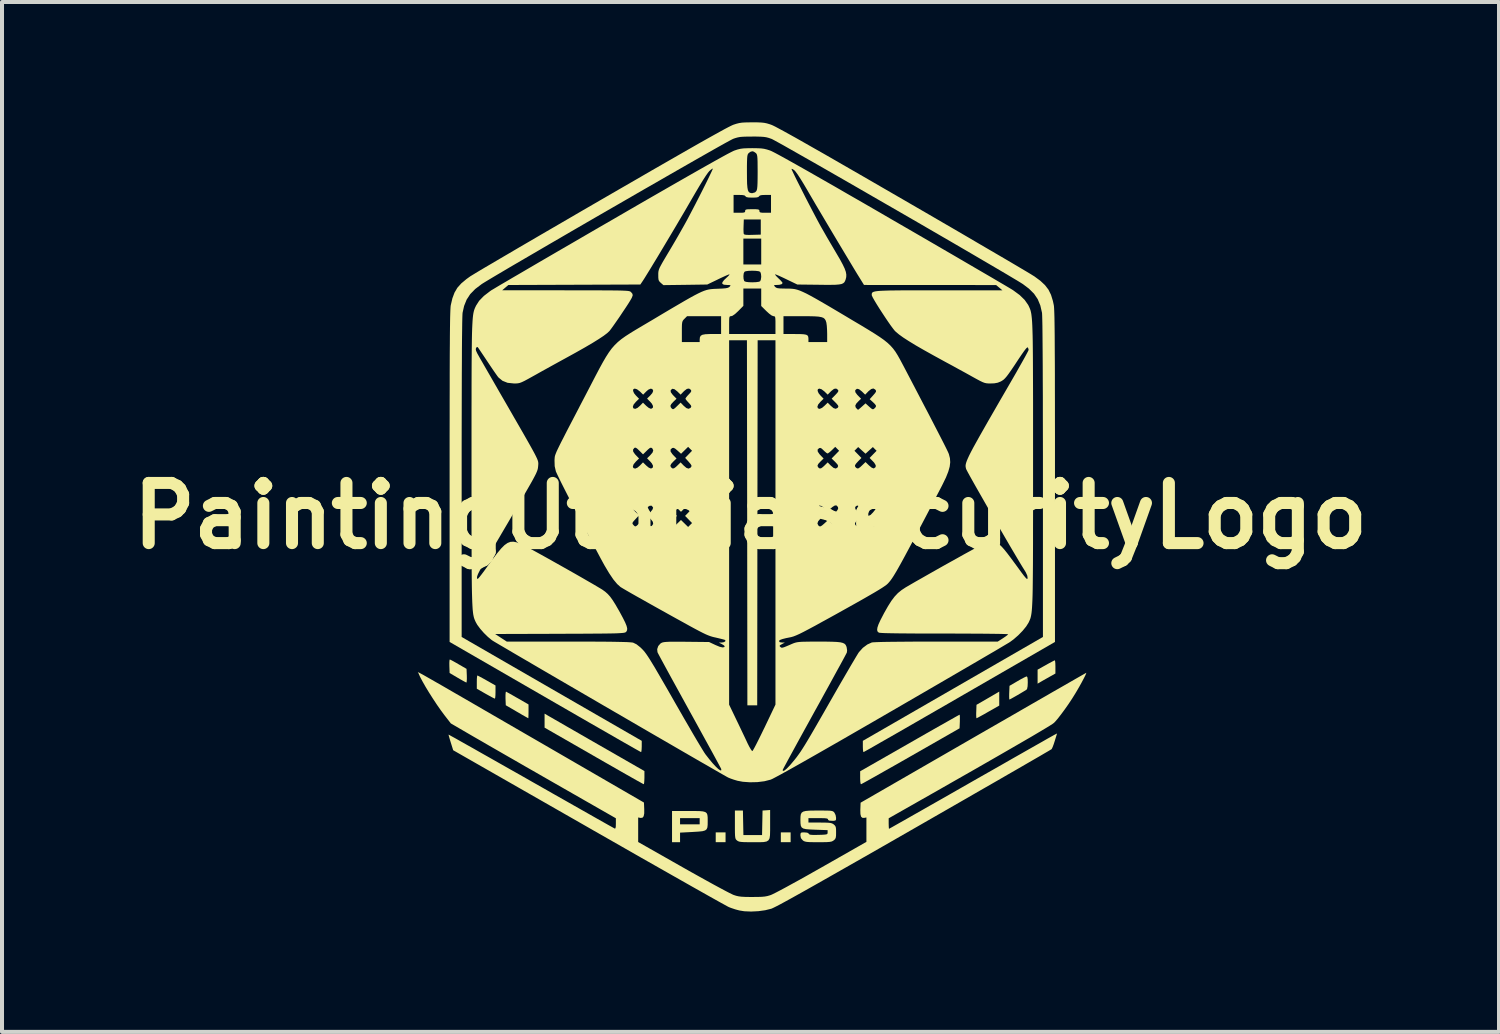
<source format=kicad_pcb>
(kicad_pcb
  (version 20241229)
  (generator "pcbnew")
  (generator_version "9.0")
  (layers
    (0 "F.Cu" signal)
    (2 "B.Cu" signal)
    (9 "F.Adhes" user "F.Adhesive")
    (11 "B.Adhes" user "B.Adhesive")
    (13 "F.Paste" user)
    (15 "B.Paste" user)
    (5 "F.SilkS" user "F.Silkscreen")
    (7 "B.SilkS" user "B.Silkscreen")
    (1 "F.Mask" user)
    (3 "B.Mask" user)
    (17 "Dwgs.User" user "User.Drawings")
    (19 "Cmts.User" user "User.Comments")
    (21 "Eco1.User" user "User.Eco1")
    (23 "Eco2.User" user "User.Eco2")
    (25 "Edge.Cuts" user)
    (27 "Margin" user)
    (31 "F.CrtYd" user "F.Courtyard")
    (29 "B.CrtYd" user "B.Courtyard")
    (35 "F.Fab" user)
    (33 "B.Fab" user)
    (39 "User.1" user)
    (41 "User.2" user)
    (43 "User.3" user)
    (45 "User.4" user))
  (footprint "PaintingUtopiaSecurityLogo"
    (layer "F.Cu")
    (at 15.657 9.809)
    (property "Reference" "PaintingUtopiaSecurityLogo" (at 0 0 0) (layer "F.SilkS") (effects (font (size 1.5 1.5) (thickness 0.3))))
    (attr board_only exclude_from_pos_files exclude_from_bom)
    (fp_poly (pts (xy -0.622 8.011) (xy -0.622 8.133) (xy -0.744 8.133) (xy -0.867 8.133) (xy -0.867 8.011) (xy -0.867 7.889) (xy -0.744 7.889) (xy -0.622 7.889)) (stroke (width 0) (type solid)) (fill yes) (layer "F.SilkS"))
    (fp_poly (pts (xy 1 8.011) (xy 1 8.133) (xy 0.878 8.133) (xy 0.756 8.133) (xy 0.756 8.011) (xy 0.756 7.889) (xy 0.878 7.889) (xy 1 7.889)) (stroke (width 0) (type solid)) (fill yes) (layer "F.SilkS"))
    (fp_poly (pts (xy 6.2 4.554) (xy 6.2 4.728) (xy 5.922 4.886) (xy 5.823 4.943) (xy 5.737 4.99) (xy 5.673 5.025) (xy 5.637 5.043) (xy 5.633 5.044) (xy 5.628 5.024) (xy 5.625 4.97) (xy 5.626 4.893) (xy 5.627 4.877) (xy 5.633 4.709) (xy 5.917 4.545) (xy 6.2 4.38)) (stroke (width 0) (type solid)) (fill yes) (layer "F.SilkS"))
    (fp_poly (pts (xy 7.592 3.62) (xy 7.598 3.674) (xy 7.6 3.751) (xy 7.6 3.765) (xy 7.6 3.929) (xy 7.472 4.001) (xy 7.387 4.049) (xy 7.3 4.098) (xy 7.25 4.127) (xy 7.156 4.182) (xy 7.156 4.008) (xy 7.156 3.833) (xy 7.363 3.717) (xy 7.449 3.669) (xy 7.521 3.631) (xy 7.569 3.606) (xy 7.585 3.6)) (stroke (width 0) (type solid)) (fill yes) (layer "F.SilkS"))
    (fp_poly (pts (xy -7.47 3.59) (xy -7.415 3.619) (xy -7.34 3.661) (xy -7.278 3.697) (xy -7.078 3.813) (xy -7.071 3.984) (xy -7.07 4.065) (xy -7.074 4.125) (xy -7.08 4.153) (xy -7.082 4.154) (xy -7.108 4.142) (xy -7.162 4.113) (xy -7.238 4.07) (xy -7.3 4.034) (xy -7.5 3.916) (xy -7.506 3.747) (xy -7.507 3.667) (xy -7.504 3.608) (xy -7.497 3.58) (xy -7.495 3.579)) (stroke (width 0) (type solid)) (fill yes) (layer "F.SilkS"))
    (fp_poly (pts (xy -6.785 3.988) (xy -6.732 4.016) (xy -6.656 4.057) (xy -6.576 4.102) (xy -6.356 4.227) (xy -6.356 4.391) (xy -6.358 4.47) (xy -6.363 4.528) (xy -6.371 4.555) (xy -6.372 4.555) (xy -6.397 4.545) (xy -6.452 4.517) (xy -6.528 4.475) (xy -6.606 4.432) (xy -6.822 4.308) (xy -6.822 4.143) (xy -6.821 4.064) (xy -6.816 4.005) (xy -6.81 3.978) (xy -6.809 3.978)) (stroke (width 0) (type solid)) (fill yes) (layer "F.SilkS"))
    (fp_poly (pts (xy -6.068 4.395) (xy -6.011 4.426) (xy -5.931 4.471) (xy -5.836 4.526) (xy -5.803 4.544) (xy -5.533 4.7) (xy -5.533 4.872) (xy -5.534 4.953) (xy -5.536 5.014) (xy -5.538 5.043) (xy -5.539 5.044) (xy -5.559 5.033) (xy -5.611 5.004) (xy -5.687 4.961) (xy -5.78 4.906) (xy -5.822 4.882) (xy -6.1 4.72) (xy -6.107 4.547) (xy -6.107 4.466) (xy -6.103 4.408) (xy -6.096 4.382) (xy -6.093 4.381)) (stroke (width 0) (type solid)) (fill yes) (layer "F.SilkS"))
    (fp_poly (pts (xy 6.9 4.017) (xy 6.909 4.068) (xy 6.911 4.153) (xy 6.907 4.247) (xy 6.895 4.309) (xy 6.883 4.329) (xy 6.854 4.349) (xy 6.797 4.383) (xy 6.725 4.426) (xy 6.645 4.473) (xy 6.569 4.516) (xy 6.505 4.552) (xy 6.463 4.574) (xy 6.453 4.578) (xy 6.449 4.557) (xy 6.447 4.503) (xy 6.448 4.426) (xy 6.449 4.407) (xy 6.456 4.236) (xy 6.656 4.119) (xy 6.741 4.07) (xy 6.815 4.031) (xy 6.866 4.007) (xy 6.883 4.001)) (stroke (width 0) (type solid)) (fill yes) (layer "F.SilkS"))
    (fp_poly (pts (xy -5.061 4.971) (xy -5.029 4.99) (xy -4.962 5.028) (xy -4.864 5.085) (xy -4.738 5.157) (xy -4.588 5.244) (xy -4.417 5.342) (xy -4.229 5.45) (xy -4.028 5.566) (xy -3.817 5.687) (xy -2.644 6.36) (xy -2.644 6.524) (xy -2.647 6.603) (xy -2.652 6.662) (xy -2.66 6.688) (xy -2.661 6.688) (xy -2.683 6.678) (xy -2.74 6.646) (xy -2.829 6.597) (xy -2.946 6.531) (xy -3.089 6.45) (xy -3.254 6.356) (xy -3.437 6.251) (xy -3.637 6.137) (xy -3.848 6.016) (xy -3.905 5.983) (xy -5.133 5.278) (xy -5.133 5.103) (xy -5.133 4.929)) (stroke (width 0) (type solid)) (fill yes) (layer "F.SilkS"))
    (fp_poly (pts (xy 5.217 4.976) (xy 5.219 5.03) (xy 5.218 5.107) (xy 5.218 5.125) (xy 5.211 5.295) (xy 3.992 5.992) (xy 3.778 6.114) (xy 3.576 6.229) (xy 3.388 6.335) (xy 3.219 6.431) (xy 3.07 6.515) (xy 2.946 6.584) (xy 2.85 6.638) (xy 2.785 6.673) (xy 2.755 6.688) (xy 2.753 6.689) (xy 2.743 6.669) (xy 2.736 6.615) (xy 2.733 6.539) (xy 2.733 6.527) (xy 2.733 6.366) (xy 3.966 5.661) (xy 4.181 5.538) (xy 4.384 5.422) (xy 4.572 5.315) (xy 4.743 5.218) (xy 4.892 5.134) (xy 5.016 5.064) (xy 5.113 5.009) (xy 5.178 4.973) (xy 5.209 4.956) (xy 5.212 4.956)) (stroke (width 0) (type solid)) (fill yes) (layer "F.SilkS"))
    (fp_poly (pts (xy 0.489 7.697) (xy 0.489 7.847) (xy 0.486 7.958) (xy 0.475 8.036) (xy 0.448 8.086) (xy 0.401 8.116) (xy 0.328 8.13) (xy 0.223 8.134) (xy 0.081 8.133) (xy 0.053 8.133) (xy -0.079 8.133) (xy -0.174 8.131) (xy -0.24 8.126) (xy -0.285 8.118) (xy -0.315 8.105) (xy -0.336 8.091) (xy -0.356 8.073) (xy -0.37 8.053) (xy -0.379 8.022) (xy -0.385 7.973) (xy -0.388 7.9) (xy -0.389 7.794) (xy -0.389 7.696) (xy -0.389 7.344) (xy -0.289 7.344) (xy -0.189 7.344) (xy -0.183 7.65) (xy -0.177 7.956) (xy 0.056 7.956) (xy 0.288 7.956) (xy 0.294 7.65) (xy 0.3 7.344) (xy 0.394 7.338) (xy 0.489 7.331)) (stroke (width 0) (type solid)) (fill yes) (layer "F.SilkS"))
    (fp_poly (pts (xy -1.39 7.356) (xy -1.271 7.358) (xy -1.186 7.366) (xy -1.128 7.382) (xy -1.093 7.409) (xy -1.075 7.451) (xy -1.068 7.51) (xy -1.067 7.589) (xy -1.067 7.615) (xy -1.068 7.703) (xy -1.075 7.767) (xy -1.095 7.812) (xy -1.133 7.841) (xy -1.196 7.859) (xy -1.29 7.869) (xy -1.421 7.877) (xy -1.45 7.879) (xy -1.756 7.895) (xy -1.756 8.014) (xy -1.756 8.133) (xy -1.856 8.133) (xy -1.956 8.133) (xy -1.956 7.744) (xy -1.956 7.611) (xy -1.756 7.611) (xy -1.756 7.689) (xy -1.511 7.689) (xy -1.267 7.689) (xy -1.267 7.611) (xy -1.267 7.533) (xy -1.511 7.533) (xy -1.756 7.533) (xy -1.756 7.611) (xy -1.956 7.611) (xy -1.956 7.356) (xy -1.548 7.356)) (stroke (width 0) (type solid)) (fill yes) (layer "F.SilkS"))
    (fp_poly (pts (xy 1.826 7.345) (xy 1.922 7.346) (xy 1.988 7.349) (xy 2.031 7.356) (xy 2.059 7.366) (xy 2.078 7.382) (xy 2.091 7.397) (xy 2.121 7.457) (xy 2.133 7.525) (xy 2.131 7.571) (xy 2.116 7.593) (xy 2.077 7.6) (xy 2.033 7.6) (xy 1.967 7.596) (xy 1.937 7.581) (xy 1.933 7.567) (xy 1.926 7.552) (xy 1.901 7.542) (xy 1.849 7.536) (xy 1.765 7.534) (xy 1.689 7.533) (xy 1.444 7.533) (xy 1.444 7.589) (xy 1.444 7.644) (xy 1.73 7.644) (xy 1.851 7.645) (xy 1.935 7.648) (xy 1.993 7.654) (xy 2.032 7.665) (xy 2.062 7.681) (xy 2.075 7.691) (xy 2.106 7.72) (xy 2.124 7.753) (xy 2.132 7.805) (xy 2.133 7.887) (xy 2.133 7.889) (xy 2.132 7.972) (xy 2.124 8.024) (xy 2.107 8.058) (xy 2.076 8.087) (xy 2.075 8.087) (xy 2.048 8.105) (xy 2.017 8.118) (xy 1.972 8.126) (xy 1.907 8.131) (xy 1.813 8.133) (xy 1.689 8.133) (xy 1.56 8.133) (xy 1.467 8.131) (xy 1.403 8.126) (xy 1.359 8.117) (xy 1.328 8.105) (xy 1.303 8.087) (xy 1.257 8.033) (xy 1.244 7.965) (xy 1.247 7.918) (xy 1.262 7.896) (xy 1.302 7.889) (xy 1.342 7.889) (xy 1.415 7.896) (xy 1.45 7.918) (xy 1.453 7.923) (xy 1.466 7.939) (xy 1.497 7.948) (xy 1.552 7.952) (xy 1.641 7.952) (xy 1.694 7.951) (xy 1.796 7.948) (xy 1.862 7.943) (xy 1.9 7.936) (xy 1.917 7.923) (xy 1.922 7.903) (xy 1.922 7.889) (xy 1.922 7.833) (xy 1.615 7.822) (xy 1.479 7.816) (xy 1.381 7.808) (xy 1.315 7.792) (xy 1.275 7.765) (xy 1.254 7.723) (xy 1.246 7.661) (xy 1.244 7.577) (xy 1.246 7.498) (xy 1.254 7.44) (xy 1.275 7.398) (xy 1.314 7.371) (xy 1.377 7.355) (xy 1.469 7.347) (xy 1.597 7.345) (xy 1.693 7.344)) (stroke (width 0) (type solid)) (fill yes) (layer "F.SilkS"))
    (fp_poly (pts (xy -8.284 3.899) (xy -8.27 3.904) (xy -8.247 3.915) (xy -8.214 3.933) (xy -8.167 3.958) (xy -8.107 3.992) (xy -8.03 4.036) (xy -7.935 4.09) (xy -7.82 4.156) (xy -7.683 4.234) (xy -7.523 4.327) (xy -7.338 4.434) (xy -7.126 4.556) (xy -6.886 4.695) (xy -6.614 4.853) (xy -6.311 5.028) (xy -5.973 5.224) (xy -5.6 5.44) (xy -5.411 5.549) (xy -2.656 7.145) (xy -2.649 7.308) (xy -2.649 7.416) (xy -2.663 7.486) (xy -2.691 7.522) (xy -2.736 7.529) (xy -2.749 7.527) (xy -2.8 7.517) (xy -2.8 7.823) (xy -2.8 8.129) (xy -1.683 8.763) (xy -1.474 8.881) (xy -1.273 8.993) (xy -1.084 9.098) (xy -0.91 9.194) (xy -0.756 9.277) (xy -0.625 9.347) (xy -0.523 9.4) (xy -0.451 9.435) (xy -0.422 9.448) (xy -0.358 9.469) (xy -0.296 9.483) (xy -0.226 9.492) (xy -0.137 9.497) (xy -0.019 9.499) (xy 0.044 9.499) (xy 0.178 9.498) (xy 0.279 9.495) (xy 0.355 9.488) (xy 0.42 9.476) (xy 0.482 9.458) (xy 0.511 9.448) (xy 0.557 9.427) (xy 0.637 9.387) (xy 0.748 9.329) (xy 0.886 9.255) (xy 1.046 9.167) (xy 1.225 9.069) (xy 1.418 8.961) (xy 1.621 8.846) (xy 1.772 8.761) (xy 2.889 8.125) (xy 2.889 7.821) (xy 2.889 7.517) (xy 2.838 7.527) (xy 2.788 7.526) (xy 2.756 7.496) (xy 2.74 7.433) (xy 2.737 7.333) (xy 2.738 7.31) (xy 2.744 7.149) (xy 5.552 5.53) (xy 5.878 5.342) (xy 6.193 5.161) (xy 6.496 4.987) (xy 6.783 4.821) (xy 7.054 4.665) (xy 7.305 4.521) (xy 7.535 4.388) (xy 7.742 4.27) (xy 7.923 4.166) (xy 8.076 4.078) (xy 8.2 4.007) (xy 8.291 3.955) (xy 8.348 3.923) (xy 8.369 3.911) (xy 8.369 3.911) (xy 8.366 3.929) (xy 8.344 3.979) (xy 8.306 4.054) (xy 8.256 4.148) (xy 8.198 4.253) (xy 8.133 4.365) (xy 8.093 4.432) (xy 8.015 4.557) (xy 7.927 4.69) (xy 7.834 4.822) (xy 7.743 4.945) (xy 7.661 5.051) (xy 7.592 5.131) (xy 7.563 5.16) (xy 7.529 5.185) (xy 7.456 5.232) (xy 7.344 5.3) (xy 7.195 5.389) (xy 7.009 5.499) (xy 6.785 5.629) (xy 6.524 5.78) (xy 6.226 5.952) (xy 5.892 6.144) (xy 5.522 6.356) (xy 5.116 6.587) (xy 4.675 6.839) (xy 4.472 6.954) (xy 3.444 7.538) (xy 3.444 7.669) (xy 3.446 7.739) (xy 3.449 7.786) (xy 3.452 7.8) (xy 3.472 7.789) (xy 3.528 7.758) (xy 3.618 7.707) (xy 3.738 7.639) (xy 3.887 7.555) (xy 4.062 7.455) (xy 4.26 7.343) (xy 4.479 7.218) (xy 4.717 7.083) (xy 4.97 6.939) (xy 5.236 6.787) (xy 5.481 6.647) (xy 5.758 6.489) (xy 6.026 6.337) (xy 6.281 6.192) (xy 6.52 6.055) (xy 6.742 5.929) (xy 6.944 5.814) (xy 7.122 5.713) (xy 7.274 5.627) (xy 7.398 5.556) (xy 7.491 5.504) (xy 7.55 5.471) (xy 7.571 5.459) (xy 7.641 5.423) (xy 7.585 5.606) (xy 7.557 5.693) (xy 7.53 5.764) (xy 7.509 5.808) (xy 7.504 5.815) (xy 7.482 5.828) (xy 7.424 5.863) (xy 7.331 5.917) (xy 7.205 5.991) (xy 7.049 6.081) (xy 6.864 6.188) (xy 6.652 6.311) (xy 6.415 6.447) (xy 6.156 6.597) (xy 5.875 6.758) (xy 5.576 6.93) (xy 5.26 7.112) (xy 4.929 7.302) (xy 4.584 7.5) (xy 4.229 7.704) (xy 4.084 7.787) (xy 3.622 8.052) (xy 3.198 8.295) (xy 2.809 8.517) (xy 2.456 8.718) (xy 2.136 8.9) (xy 1.849 9.063) (xy 1.593 9.208) (xy 1.368 9.335) (xy 1.171 9.445) (xy 1.002 9.539) (xy 0.86 9.617) (xy 0.744 9.68) (xy 0.652 9.728) (xy 0.582 9.763) (xy 0.535 9.785) (xy 0.517 9.792) (xy 0.368 9.829) (xy 0.196 9.853) (xy 0.016 9.862) (xy -0.154 9.855) (xy -0.278 9.835) (xy -0.379 9.808) (xy -0.486 9.772) (xy -0.537 9.752) (xy -0.569 9.736) (xy -0.638 9.698) (xy -0.742 9.641) (xy -0.878 9.565) (xy -1.044 9.472) (xy -1.239 9.362) (xy -1.459 9.238) (xy -1.704 9.099) (xy -1.972 8.947) (xy -2.259 8.784) (xy -2.564 8.611) (xy -2.886 8.428) (xy -3.221 8.236) (xy -3.568 8.038) (xy -3.926 7.834) (xy -4.037 7.77) (xy -7.411 5.841) (xy -7.471 5.649) (xy -7.497 5.564) (xy -7.516 5.497) (xy -7.526 5.458) (xy -7.526 5.452) (xy -7.506 5.462) (xy -7.451 5.493) (xy -7.361 5.542) (xy -7.241 5.61) (xy -7.092 5.694) (xy -6.917 5.792) (xy -6.719 5.905) (xy -6.499 6.029) (xy -6.261 6.164) (xy -6.007 6.308) (xy -5.739 6.459) (xy -5.466 6.615) (xy -5.187 6.773) (xy -4.919 6.926) (xy -4.664 7.07) (xy -4.425 7.206) (xy -4.204 7.331) (xy -4.003 7.445) (xy -3.827 7.545) (xy -3.676 7.63) (xy -3.554 7.699) (xy -3.462 7.75) (xy -3.405 7.782) (xy -3.383 7.794) (xy -3.367 7.787) (xy -3.358 7.747) (xy -3.356 7.671) (xy -3.356 7.537) (xy -4.852 6.681) (xy -5.107 6.535) (xy -5.363 6.388) (xy -5.617 6.243) (xy -5.863 6.101) (xy -6.097 5.967) (xy -6.314 5.842) (xy -6.511 5.729) (xy -6.681 5.63) (xy -6.822 5.549) (xy -6.909 5.499) (xy -7.469 5.173) (xy -7.627 4.97) (xy -7.718 4.847) (xy -7.816 4.707) (xy -7.915 4.557) (xy -8.012 4.405) (xy -8.101 4.258) (xy -8.177 4.124) (xy -8.237 4.011) (xy -8.273 3.928) (xy -8.277 3.921) (xy -8.282 3.913) (xy -8.287 3.906) (xy -8.291 3.901) (xy -8.29 3.898)) (stroke (width 0) (type solid)) (fill yes) (layer "F.SilkS"))
    (fp_poly (pts (xy 0.172 -9.809) (xy 0.268 -9.805) (xy 0.343 -9.797) (xy 0.41 -9.783) (xy 0.48 -9.762) (xy 0.517 -9.749) (xy 0.555 -9.733) (xy 0.618 -9.702) (xy 0.706 -9.655) (xy 0.821 -9.593) (xy 0.964 -9.514) (xy 1.135 -9.419) (xy 1.336 -9.305) (xy 1.568 -9.173) (xy 1.832 -9.023) (xy 2.128 -8.853) (xy 2.459 -8.662) (xy 2.824 -8.452) (xy 3.225 -8.22) (xy 3.664 -7.966) (xy 3.784 -7.897) (xy 4.13 -7.696) (xy 4.467 -7.501) (xy 4.793 -7.311) (xy 5.107 -7.129) (xy 5.405 -6.955) (xy 5.686 -6.79) (xy 5.948 -6.637) (xy 6.188 -6.497) (xy 6.405 -6.37) (xy 6.595 -6.258) (xy 6.757 -6.162) (xy 6.889 -6.084) (xy 6.987 -6.025) (xy 7.051 -5.985) (xy 7.073 -5.972) (xy 7.225 -5.86) (xy 7.34 -5.752) (xy 7.427 -5.639) (xy 7.49 -5.511) (xy 7.537 -5.359) (xy 7.56 -5.252) (xy 7.564 -5.224) (xy 7.567 -5.181) (xy 7.57 -5.121) (xy 7.573 -5.041) (xy 7.576 -4.941) (xy 7.578 -4.818) (xy 7.58 -4.672) (xy 7.582 -4.499) (xy 7.583 -4.299) (xy 7.584 -4.069) (xy 7.586 -3.809) (xy 7.587 -3.516) (xy 7.587 -3.189) (xy 7.588 -2.826) (xy 7.588 -2.425) (xy 7.589 -1.984) (xy 7.589 -1.503) (xy 7.589 -0.979) (xy 7.589 -0.979) (xy 7.589 3.142) (xy 5.211 4.515) (xy 4.912 4.688) (xy 4.623 4.854) (xy 4.347 5.013) (xy 4.087 5.163) (xy 3.844 5.303) (xy 3.621 5.431) (xy 3.42 5.546) (xy 3.244 5.646) (xy 3.095 5.732) (xy 2.976 5.8) (xy 2.888 5.849) (xy 2.834 5.879) (xy 2.817 5.888) (xy 2.808 5.868) (xy 2.802 5.816) (xy 2.8 5.748) (xy 2.8 5.607) (xy 5.044 4.313) (xy 7.289 3.018) (xy 7.289 -0.952) (xy 7.289 -1.512) (xy 7.288 -2.032) (xy 7.287 -2.513) (xy 7.287 -2.954) (xy 7.285 -3.354) (xy 7.284 -3.714) (xy 7.282 -4.032) (xy 7.28 -4.308) (xy 7.278 -4.542) (xy 7.276 -4.734) (xy 7.273 -4.883) (xy 7.27 -4.988) (xy 7.267 -5.049) (xy 7.266 -5.062) (xy 7.224 -5.245) (xy 7.159 -5.402) (xy 7.067 -5.538) (xy 6.94 -5.664) (xy 6.789 -5.778) (xy 6.738 -5.81) (xy 6.652 -5.863) (xy 6.534 -5.933) (xy 6.387 -6.021) (xy 6.212 -6.124) (xy 6.013 -6.241) (xy 5.792 -6.37) (xy 5.552 -6.511) (xy 5.295 -6.661) (xy 5.024 -6.819) (xy 4.741 -6.983) (xy 4.448 -7.153) (xy 4.15 -7.326) (xy 3.847 -7.501) (xy 3.542 -7.677) (xy 3.238 -7.852) (xy 2.938 -8.025) (xy 2.644 -8.195) (xy 2.359 -8.359) (xy 2.085 -8.516) (xy 1.825 -8.665) (xy 1.581 -8.805) (xy 1.355 -8.933) (xy 1.151 -9.049) (xy 0.971 -9.151) (xy 0.818 -9.238) (xy 0.693 -9.307) (xy 0.6 -9.358) (xy 0.542 -9.389) (xy 0.522 -9.398) (xy 0.456 -9.421) (xy 0.396 -9.437) (xy 0.331 -9.447) (xy 0.252 -9.452) (xy 0.147 -9.455) (xy 0.044 -9.455) (xy -0.087 -9.454) (xy -0.185 -9.451) (xy -0.259 -9.445) (xy -0.322 -9.433) (xy -0.382 -9.416) (xy -0.433 -9.398) (xy -0.467 -9.381) (xy -0.537 -9.344) (xy -0.641 -9.287) (xy -0.775 -9.212) (xy -0.937 -9.121) (xy -1.125 -9.014) (xy -1.336 -8.894) (xy -1.567 -8.762) (xy -1.817 -8.619) (xy -2.082 -8.467) (xy -2.359 -8.307) (xy -2.648 -8.142) (xy -2.944 -7.971) (xy -3.245 -7.797) (xy -3.549 -7.622) (xy -3.854 -7.446) (xy -4.156 -7.271) (xy -4.453 -7.099) (xy -4.743 -6.93) (xy -5.022 -6.768) (xy -5.289 -6.612) (xy -5.541 -6.465) (xy -5.776 -6.328) (xy -5.99 -6.203) (xy -6.181 -6.09) (xy -6.347 -5.992) (xy -6.486 -5.909) (xy -6.594 -5.844) (xy -6.669 -5.798) (xy -6.7 -5.778) (xy -6.862 -5.655) (xy -6.986 -5.528) (xy -7.076 -5.39) (xy -7.139 -5.233) (xy -7.177 -5.062) (xy -7.18 -5.019) (xy -7.183 -4.933) (xy -7.186 -4.803) (xy -7.188 -4.629) (xy -7.191 -4.413) (xy -7.193 -4.155) (xy -7.194 -3.854) (xy -7.196 -3.513) (xy -7.197 -3.13) (xy -7.198 -2.706) (xy -7.199 -2.242) (xy -7.2 -1.738) (xy -7.2 -1.195) (xy -7.2 -0.952) (xy -7.2 3.018) (xy -4.956 4.313) (xy -2.711 5.607) (xy -2.711 5.748) (xy -2.714 5.821) (xy -2.72 5.871) (xy -2.728 5.888) (xy -2.749 5.877) (xy -2.806 5.845) (xy -2.897 5.794) (xy -3.019 5.724) (xy -3.171 5.638) (xy -3.349 5.536) (xy -3.552 5.419) (xy -3.777 5.29) (xy -4.021 5.15) (xy -4.283 4.999) (xy -4.56 4.839) (xy -4.85 4.672) (xy -5.122 4.515) (xy -7.5 3.142) (xy -7.5 -0.979) (xy -7.5 -1.503) (xy -7.5 -1.984) (xy -7.499 -2.425) (xy -7.499 -2.825) (xy -7.498 -3.189) (xy -7.498 -3.516) (xy -7.497 -3.809) (xy -7.496 -4.069) (xy -7.494 -4.299) (xy -7.493 -4.499) (xy -7.491 -4.671) (xy -7.489 -4.818) (xy -7.487 -4.941) (xy -7.484 -5.041) (xy -7.481 -5.121) (xy -7.478 -5.181) (xy -7.475 -5.224) (xy -7.471 -5.252) (xy -7.471 -5.252) (xy -7.431 -5.423) (xy -7.378 -5.565) (xy -7.307 -5.686) (xy -7.209 -5.795) (xy -7.08 -5.903) (xy -6.984 -5.972) (xy -6.943 -5.997) (xy -6.866 -6.044) (xy -6.755 -6.111) (xy -6.612 -6.196) (xy -6.439 -6.297) (xy -6.239 -6.415) (xy -6.013 -6.547) (xy -5.765 -6.693) (xy -5.495 -6.85) (xy -5.208 -7.018) (xy -4.903 -7.195) (xy -4.585 -7.38) (xy -4.254 -7.573) (xy -3.914 -7.77) (xy -3.695 -7.897) (xy -3.247 -8.156) (xy -2.836 -8.393) (xy -2.462 -8.61) (xy -2.122 -8.805) (xy -1.817 -8.98) (xy -1.545 -9.136) (xy -1.305 -9.273) (xy -1.096 -9.391) (xy -0.917 -9.491) (xy -0.767 -9.574) (xy -0.645 -9.641) (xy -0.55 -9.691) (xy -0.48 -9.726) (xy -0.436 -9.746) (xy -0.429 -9.749) (xy -0.352 -9.774) (xy -0.285 -9.791) (xy -0.215 -9.802) (xy -0.13 -9.807) (xy -0.019 -9.809) (xy 0.044 -9.809)) (stroke (width 0) (type solid)) (fill yes) (layer "F.SilkS"))
    (fp_poly (pts (xy 0.169 -9.164) (xy 0.263 -9.16) (xy 0.338 -9.15) (xy 0.408 -9.133) (xy 0.486 -9.108) (xy 0.489 -9.107) (xy 0.532 -9.088) (xy 0.607 -9.05) (xy 0.714 -8.993) (xy 0.854 -8.916) (xy 1.028 -8.819) (xy 1.236 -8.702) (xy 1.478 -8.565) (xy 1.756 -8.406) (xy 2.07 -8.227) (xy 2.419 -8.025) (xy 2.806 -7.803) (xy 3.23 -7.558) (xy 3.522 -7.388) (xy 3.854 -7.196) (xy 4.177 -7.009) (xy 4.489 -6.828) (xy 4.788 -6.654) (xy 5.071 -6.49) (xy 5.336 -6.335) (xy 5.581 -6.192) (xy 5.804 -6.062) (xy 6.002 -5.947) (xy 6.173 -5.846) (xy 6.315 -5.763) (xy 6.425 -5.698) (xy 6.502 -5.652) (xy 6.542 -5.627) (xy 6.544 -5.626) (xy 6.71 -5.504) (xy 6.833 -5.384) (xy 6.918 -5.263) (xy 6.931 -5.239) (xy 6.945 -5.209) (xy 6.958 -5.18) (xy 6.97 -5.151) (xy 6.981 -5.118) (xy 6.99 -5.08) (xy 6.999 -5.035) (xy 7.006 -4.981) (xy 7.013 -4.915) (xy 7.019 -4.835) (xy 7.024 -4.74) (xy 7.028 -4.627) (xy 7.032 -4.494) (xy 7.035 -4.339) (xy 7.037 -4.16) (xy 7.039 -3.955) (xy 7.04 -3.721) (xy 7.041 -3.457) (xy 7.042 -3.161) (xy 7.043 -2.83) (xy 7.043 -2.462) (xy 7.043 -2.055) (xy 7.043 -1.607) (xy 7.043 -1.289) (xy 7.043 -0.813) (xy 7.043 -0.379) (xy 7.043 0.014) (xy 7.042 0.369) (xy 7.042 0.688) (xy 7.041 0.973) (xy 7.04 1.227) (xy 7.038 1.45) (xy 7.036 1.646) (xy 7.034 1.817) (xy 7.031 1.964) (xy 7.027 2.09) (xy 7.022 2.197) (xy 7.017 2.286) (xy 7.011 2.361) (xy 7.004 2.423) (xy 6.996 2.473) (xy 6.987 2.516) (xy 6.978 2.551) (xy 6.966 2.583) (xy 6.954 2.611) (xy 6.941 2.64) (xy 6.932 2.659) (xy 6.872 2.755) (xy 6.783 2.864) (xy 6.676 2.974) (xy 6.559 3.076) (xy 6.471 3.141) (xy 6.435 3.164) (xy 6.362 3.207) (xy 6.256 3.27) (xy 6.118 3.352) (xy 5.95 3.45) (xy 5.755 3.564) (xy 5.536 3.692) (xy 5.294 3.833) (xy 5.031 3.986) (xy 4.751 4.149) (xy 4.455 4.321) (xy 4.145 4.501) (xy 3.824 4.687) (xy 3.495 4.878) (xy 3.489 4.881) (xy 3.042 5.14) (xy 2.629 5.378) (xy 2.253 5.595) (xy 1.912 5.79) (xy 1.606 5.965) (xy 1.337 6.118) (xy 1.105 6.249) (xy 0.909 6.359) (xy 0.751 6.446) (xy 0.63 6.511) (xy 0.546 6.555) (xy 0.501 6.575) (xy 0.5 6.575) (xy 0.347 6.614) (xy 0.17 6.636) (xy -0.016 6.64) (xy -0.193 6.627) (xy -0.326 6.602) (xy -0.416 6.575) (xy -0.499 6.546) (xy -0.557 6.522) (xy -0.597 6.5) (xy -0.671 6.458) (xy -0.778 6.397) (xy -0.915 6.318) (xy -1.079 6.223) (xy -1.268 6.115) (xy -1.479 5.993) (xy -1.709 5.86) (xy -1.957 5.716) (xy -2.218 5.565) (xy -2.491 5.407) (xy -2.773 5.243) (xy -3.062 5.075) (xy -3.355 4.905) (xy -3.648 4.735) (xy -3.941 4.564) (xy -4.23 4.396) (xy -4.512 4.232) (xy -4.785 4.073) (xy -5.046 3.921) (xy -5.293 3.777) (xy -5.523 3.642) (xy -5.734 3.519) (xy -5.922 3.409) (xy -6.086 3.312) (xy -6.223 3.232) (xy -6.33 3.169) (xy -6.404 3.125) (xy -6.443 3.1) (xy -6.448 3.097) (xy -6.546 3.016) (xy -6.646 2.918) (xy -6.737 2.814) (xy -6.81 2.716) (xy -6.843 2.658) (xy -6.858 2.628) (xy -6.87 2.6) (xy -6.882 2.571) (xy -6.893 2.538) (xy -6.902 2.5) (xy -6.911 2.455) (xy -6.918 2.4) (xy -6.925 2.334) (xy -6.93 2.254) (xy -6.935 2.158) (xy -6.939 2.044) (xy -6.943 1.91) (xy -6.946 1.754) (xy -6.948 1.574) (xy -6.95 1.368) (xy -6.951 1.133) (xy -6.952 0.868) (xy -6.953 0.57) (xy -6.954 0.237) (xy -6.954 -0.133) (xy -6.954 -0.541) (xy -6.954 -0.991) (xy -6.954 -1.289) (xy -6.954 -1.765) (xy -6.954 -2.198) (xy -6.954 -2.592) (xy -6.953 -2.947) (xy -6.953 -3.266) (xy -6.952 -3.551) (xy -6.951 -3.804) (xy -6.949 -4.028) (xy -6.948 -4.155) (xy -6.848 -4.155) (xy -6.84 -4.114) (xy -6.812 -4.053) (xy -6.769 -3.976) (xy -6.741 -3.926) (xy -6.692 -3.842) (xy -6.626 -3.727) (xy -6.545 -3.586) (xy -6.451 -3.423) (xy -6.347 -3.242) (xy -6.235 -3.047) (xy -6.117 -2.843) (xy -6.035 -2.701) (xy -5.888 -2.445) (xy -5.761 -2.225) (xy -5.653 -2.037) (xy -5.563 -1.879) (xy -5.489 -1.748) (xy -5.429 -1.64) (xy -5.382 -1.553) (xy -5.347 -1.484) (xy -5.321 -1.429) (xy -5.304 -1.386) (xy -5.294 -1.351) (xy -5.29 -1.323) (xy -5.289 -1.297) (xy -5.291 -1.271) (xy -5.293 -1.241) (xy -5.294 -1.235) (xy -5.297 -1.205) (xy -5.302 -1.174) (xy -5.311 -1.141) (xy -5.326 -1.101) (xy -5.348 -1.05) (xy -5.38 -0.987) (xy -5.423 -0.906) (xy -5.479 -0.806) (xy -5.55 -0.682) (xy -5.637 -0.531) (xy -5.742 -0.35) (xy -5.868 -0.135) (xy -5.921 -0.044) (xy -6.041 0.162) (xy -6.16 0.364) (xy -6.273 0.557) (xy -6.379 0.737) (xy -6.474 0.898) (xy -6.556 1.037) (xy -6.621 1.148) (xy -6.669 1.227) (xy -6.682 1.248) (xy -6.749 1.363) (xy -6.792 1.448) (xy -6.814 1.508) (xy -6.818 1.548) (xy -6.814 1.566) (xy -6.803 1.57) (xy -6.782 1.555) (xy -6.75 1.518) (xy -6.701 1.455) (xy -6.633 1.364) (xy -6.547 1.244) (xy -6.417 1.066) (xy -6.307 0.922) (xy -6.213 0.81) (xy -6.131 0.728) (xy -6.056 0.675) (xy -5.983 0.647) (xy -5.907 0.643) (xy -5.825 0.66) (xy -5.731 0.696) (xy -5.622 0.749) (xy -5.572 0.775) (xy -5.485 0.821) (xy -5.37 0.884) (xy -5.232 0.96) (xy -5.077 1.046) (xy -4.908 1.141) (xy -4.733 1.239) (xy -4.556 1.339) (xy -4.381 1.438) (xy -4.215 1.533) (xy -4.063 1.621) (xy -3.929 1.698) (xy -3.819 1.763) (xy -3.738 1.811) (xy -3.694 1.838) (xy -3.622 1.89) (xy -3.558 1.947) (xy -3.497 2.015) (xy -3.435 2.101) (xy -3.366 2.211) (xy -3.284 2.353) (xy -3.259 2.397) (xy -3.181 2.542) (xy -3.125 2.654) (xy -3.09 2.739) (xy -3.074 2.802) (xy -3.076 2.848) (xy -3.093 2.882) (xy -3.105 2.895) (xy -3.116 2.902) (xy -3.132 2.908) (xy -3.157 2.914) (xy -3.194 2.918) (xy -3.246 2.922) (xy -3.316 2.926) (xy -3.408 2.929) (xy -3.523 2.931) (xy -3.666 2.933) (xy -3.839 2.934) (xy -4.045 2.936) (xy -4.288 2.937) (xy -4.571 2.938) (xy -4.756 2.939) (xy -6.365 2.944) (xy -6.22 3.039) (xy -6.075 3.133) (xy -4.545 3.133) (xy -4.22 3.134) (xy -3.937 3.134) (xy -3.693 3.135) (xy -3.488 3.137) (xy -3.318 3.14) (xy -3.181 3.143) (xy -3.075 3.146) (xy -2.998 3.151) (xy -2.947 3.156) (xy -2.925 3.16) (xy -2.841 3.201) (xy -2.743 3.279) (xy -2.7 3.321) (xy -2.669 3.354) (xy -2.637 3.392) (xy -2.601 3.44) (xy -2.56 3.5) (xy -2.511 3.575) (xy -2.453 3.67) (xy -2.383 3.785) (xy -2.301 3.926) (xy -2.203 4.095) (xy -2.087 4.295) (xy -1.953 4.529) (xy -1.894 4.633) (xy -1.771 4.847) (xy -1.653 5.053) (xy -1.54 5.247) (xy -1.437 5.425) (xy -1.344 5.583) (xy -1.264 5.717) (xy -1.199 5.824) (xy -1.152 5.9) (xy -1.125 5.94) (xy -1.03 6.062) (xy -0.943 6.166) (xy -0.866 6.249) (xy -0.803 6.309) (xy -0.757 6.341) (xy -0.731 6.345) (xy -0.728 6.315) (xy -0.729 6.311) (xy -0.74 6.288) (xy -0.772 6.229) (xy -0.821 6.137) (xy -0.887 6.015) (xy -0.967 5.868) (xy -1.061 5.697) (xy -1.166 5.506) (xy -1.28 5.298) (xy -1.402 5.076) (xy -1.516 4.87) (xy -1.644 4.637) (xy -1.766 4.415) (xy -1.881 4.206) (xy -1.986 4.015) (xy -2.08 3.843) (xy -2.161 3.694) (xy -2.227 3.572) (xy -2.277 3.479) (xy -2.308 3.42) (xy -2.319 3.397) (xy -2.326 3.321) (xy -2.299 3.243) (xy -2.243 3.18) (xy -2.218 3.165) (xy -2.191 3.154) (xy -2.151 3.146) (xy -2.094 3.141) (xy -2.014 3.137) (xy -1.906 3.136) (xy -1.763 3.136) (xy -1.593 3.138) (xy -1.033 3.144) (xy -0.873 3.219) (xy -0.77 3.262) (xy -0.696 3.279) (xy -0.654 3.271) (xy -0.644 3.249) (xy -0.662 3.228) (xy -0.707 3.2) (xy -0.717 3.194) (xy -0.789 3.158) (xy -0.718 3.157) (xy -0.662 3.147) (xy -0.628 3.126) (xy -0.627 3.1) (xy -0.631 3.095) (xy -0.657 3.085) (xy -0.716 3.069) (xy -0.799 3.049) (xy -0.862 3.034) (xy -0.912 3.023) (xy -0.958 3.011) (xy -1.005 2.996) (xy -1.056 2.977) (xy -1.115 2.952) (xy -1.186 2.918) (xy -1.272 2.874) (xy -1.378 2.818) (xy -1.507 2.748) (xy -1.662 2.662) (xy -1.849 2.559) (xy -2.069 2.437) (xy -2.113 2.412) (xy -2.313 2.301) (xy -2.504 2.194) (xy -2.681 2.094) (xy -2.842 2.004) (xy -2.981 1.925) (xy -3.095 1.859) (xy -3.179 1.81) (xy -3.23 1.779) (xy -3.24 1.773) (xy -3.323 1.699) (xy -3.418 1.585) (xy -3.524 1.428) (xy -3.642 1.23) (xy -3.729 1.071) (xy -3.857 0.83) (xy -3.985 0.588) (xy -4.111 0.349) (xy -4.203 0.172) (xy -2.941 0.172) (xy -2.941 0.197) (xy -2.923 0.222) (xy -2.921 0.224) (xy -2.89 0.255) (xy -2.864 0.262) (xy -2.832 0.242) (xy -2.782 0.193) (xy -2.778 0.189) (xy -2.729 0.143) (xy -2.691 0.115) (xy -2.68 0.111) (xy -2.652 0.126) (xy -2.606 0.162) (xy -2.574 0.192) (xy -2.523 0.239) (xy -2.489 0.257) (xy -2.464 0.251) (xy -2.457 0.245) (xy -2.426 0.201) (xy -2.429 0.185) (xy -1.996 0.185) (xy -1.992 0.216) (xy -1.973 0.24) (xy -1.942 0.262) (xy -1.909 0.259) (xy -1.865 0.228) (xy -1.818 0.184) (xy -1.733 0.102) (xy -1.644 0.189) (xy -1.555 0.276) (xy -1.506 0.227) (xy -1.457 0.178) (xy -1.471 0.164) (xy -0.533 0.164) (xy -0.533 4.705) (xy -0.353 5.08) (xy -0.287 5.217) (xy -0.22 5.358) (xy -0.157 5.49) (xy -0.104 5.602) (xy -0.076 5.663) (xy -0.032 5.75) (xy 0.007 5.817) (xy 0.035 5.856) (xy 0.047 5.862) (xy 0.063 5.84) (xy 0.095 5.784) (xy 0.141 5.697) (xy 0.197 5.586) (xy 0.262 5.455) (xy 0.333 5.309) (xy 0.348 5.279) (xy 0.622 4.704) (xy 0.622 0.188) (xy 1.668 0.188) (xy 1.688 0.234) (xy 1.693 0.24) (xy 1.72 0.261) (xy 1.747 0.261) (xy 1.785 0.237) (xy 1.845 0.186) (xy 1.845 0.185) (xy 1.935 0.104) (xy 2.023 0.19) (xy 2.112 0.276) (xy 2.158 0.23) (xy 2.203 0.185) (xy 2.604 0.185) (xy 2.608 0.216) (xy 2.627 0.24) (xy 2.658 0.262) (xy 2.691 0.259) (xy 2.735 0.228) (xy 2.782 0.184) (xy 2.867 0.102) (xy 2.954 0.187) (xy 3.019 0.242) (xy 3.066 0.261) (xy 3.077 0.259) (xy 3.119 0.228) (xy 3.121 0.181) (xy 3.083 0.119) (xy 3.054 0.087) (xy 2.969 0) (xy 3.054 -0.087) (xy 3.11 -0.157) (xy 3.125 -0.21) (xy 3.1 -0.248) (xy 3.077 -0.259) (xy 3.036 -0.252) (xy 2.976 -0.208) (xy 2.954 -0.187) (xy 2.867 -0.102) (xy 2.779 -0.187) (xy 2.71 -0.243) (xy 2.657 -0.258) (xy 2.619 -0.233) (xy 2.608 -0.21) (xy 2.615 -0.169) (xy 2.659 -0.109) (xy 2.679 -0.087) (xy 2.765 0) (xy 2.682 0.084) (xy 2.628 0.144) (xy 2.604 0.185) (xy 2.203 0.185) (xy 2.205 0.183) (xy 2.122 0.092) (xy 2.039 0) (xy 2.12 -0.089) (xy 2.167 -0.145) (xy 2.185 -0.183) (xy 2.181 -0.215) (xy 2.177 -0.223) (xy 2.146 -0.259) (xy 2.104 -0.26) (xy 2.046 -0.225) (xy 2.005 -0.19) (xy 1.922 -0.114) (xy 1.84 -0.193) (xy 1.772 -0.246) (xy 1.72 -0.258) (xy 1.683 -0.228) (xy 1.674 -0.21) (xy 1.681 -0.169) (xy 1.725 -0.11) (xy 1.742 -0.092) (xy 1.822 -0.009) (xy 1.745 0.067) (xy 1.687 0.134) (xy 1.668 0.188) (xy 0.622 0.188) (xy 0.622 0.163) (xy 0.622 -1.256) (xy 1.67 -1.256) (xy 1.679 -1.222) (xy 1.693 -1.204) (xy 1.725 -1.182) (xy 1.759 -1.186) (xy 1.804 -1.218) (xy 1.845 -1.256) (xy 1.924 -1.334) (xy 2 -1.256) (xy 2.07 -1.197) (xy 2.126 -1.18) (xy 2.167 -1.205) (xy 2.176 -1.219) (xy 2.183 -1.249) (xy 2.167 -1.284) (xy 2.121 -1.334) (xy 2.11 -1.346) (xy 2.022 -1.431) (xy 2.116 -1.527) (xy 2.21 -1.623) (xy 2.209 -1.623) (xy 2.591 -1.623) (xy 2.678 -1.534) (xy 2.765 -1.444) (xy 2.682 -1.36) (xy 2.628 -1.3) (xy 2.604 -1.26) (xy 2.608 -1.228) (xy 2.627 -1.204) (xy 2.658 -1.183) (xy 2.691 -1.185) (xy 2.735 -1.216) (xy 2.782 -1.26) (xy 2.867 -1.342) (xy 2.954 -1.257) (xy 3.019 -1.203) (xy 3.066 -1.184) (xy 3.077 -1.185) (xy 3.119 -1.217) (xy 3.121 -1.263) (xy 3.083 -1.326) (xy 3.054 -1.357) (xy 2.969 -1.444) (xy 3.056 -1.534) (xy 3.143 -1.623) (xy 3.096 -1.669) (xy 3.05 -1.716) (xy 2.958 -1.633) (xy 2.867 -1.55) (xy 2.775 -1.633) (xy 2.684 -1.716) (xy 2.637 -1.669) (xy 2.591 -1.623) (xy 2.209 -1.623) (xy 2.161 -1.672) (xy 2.112 -1.721) (xy 2.027 -1.638) (xy 1.976 -1.592) (xy 1.935 -1.562) (xy 1.92 -1.556) (xy 1.893 -1.57) (xy 1.848 -1.608) (xy 1.823 -1.632) (xy 1.773 -1.679) (xy 1.738 -1.695) (xy 1.708 -1.687) (xy 1.672 -1.652) (xy 1.676 -1.602) (xy 1.72 -1.538) (xy 1.745 -1.511) (xy 1.822 -1.431) (xy 1.745 -1.356) (xy 1.691 -1.298) (xy 1.67 -1.256) (xy 0.622 -1.256) (xy 0.622 -2.719) (xy 1.667 -2.719) (xy 1.681 -2.681) (xy 1.725 -2.667) (xy 1.785 -2.694) (xy 1.845 -2.745) (xy 1.924 -2.822) (xy 2 -2.745) (xy 2.068 -2.687) (xy 2.123 -2.669) (xy 2.169 -2.69) (xy 2.179 -2.701) (xy 2.191 -2.726) (xy 2.181 -2.754) (xy 2.146 -2.797) (xy 2.115 -2.829) (xy 2.023 -2.921) (xy 2.115 -3.015) (xy 2.166 -3.07) (xy 2.188 -3.106) (xy 2.187 -3.121) (xy 2.608 -3.121) (xy 2.615 -3.08) (xy 2.658 -3.021) (xy 2.675 -3.003) (xy 2.756 -2.92) (xy 2.698 -2.865) (xy 2.637 -2.8) (xy 2.612 -2.75) (xy 2.62 -2.707) (xy 2.635 -2.687) (xy 2.666 -2.655) (xy 2.681 -2.644) (xy 2.7 -2.658) (xy 2.742 -2.693) (xy 2.778 -2.725) (xy 2.867 -2.805) (xy 2.957 -2.723) (xy 3.01 -2.677) (xy 3.043 -2.658) (xy 3.067 -2.661) (xy 3.091 -2.68) (xy 3.123 -2.715) (xy 3.128 -2.747) (xy 3.102 -2.786) (xy 3.052 -2.835) (xy 2.971 -2.909) (xy 3.052 -2.999) (xy 3.104 -3.059) (xy 3.128 -3.097) (xy 3.127 -3.124) (xy 3.107 -3.151) (xy 3.107 -3.151) (xy 3.062 -3.176) (xy 3.009 -3.162) (xy 2.943 -3.11) (xy 2.933 -3.1) (xy 2.858 -3.022) (xy 2.775 -3.103) (xy 2.706 -3.157) (xy 2.654 -3.169) (xy 2.617 -3.14) (xy 2.608 -3.121) (xy 2.187 -3.121) (xy 2.187 -3.131) (xy 2.179 -3.143) (xy 2.135 -3.174) (xy 2.082 -3.166) (xy 2.018 -3.117) (xy 2 -3.1) (xy 1.924 -3.022) (xy 1.842 -3.102) (xy 1.771 -3.156) (xy 1.715 -3.173) (xy 1.68 -3.159) (xy 1.672 -3.118) (xy 1.697 -3.058) (xy 1.742 -3.002) (xy 1.822 -2.92) (xy 1.745 -2.845) (xy 1.686 -2.775) (xy 1.667 -2.719) (xy 0.622 -2.719) (xy 0.622 -4.378) (xy 0.4 -4.378) (xy 0.178 -4.378) (xy 0.172 0.172) (xy 0.167 4.722) (xy 0.044 4.722) (xy -0.078 4.722) (xy -0.083 0.172) (xy -0.089 -4.378) (xy -0.311 -4.378) (xy -0.533 -4.378) (xy -0.533 0.164) (xy -1.471 0.164) (xy -1.544 0.089) (xy -1.631 0) (xy -1.546 -0.087) (xy -1.491 -0.153) (xy -1.473 -0.2) (xy -1.474 -0.21) (xy -1.506 -0.253) (xy -1.552 -0.255) (xy -1.615 -0.216) (xy -1.646 -0.187) (xy -1.733 -0.102) (xy -1.821 -0.187) (xy -1.89 -0.243) (xy -1.943 -0.258) (xy -1.981 -0.233) (xy -1.992 -0.21) (xy -1.985 -0.169) (xy -1.941 -0.109) (xy -1.921 -0.087) (xy -1.835 0) (xy -1.918 0.084) (xy -1.972 0.144) (xy -1.996 0.185) (xy -2.429 0.185) (xy -2.434 0.149) (xy -2.483 0.084) (xy -2.5 0.067) (xy -2.578 -0.009) (xy -2.497 -0.092) (xy -2.445 -0.155) (xy -2.428 -0.201) (xy -2.43 -0.21) (xy -2.462 -0.253) (xy -2.509 -0.254) (xy -2.573 -0.214) (xy -2.597 -0.192) (xy -2.68 -0.111) (xy -2.755 -0.189) (xy -2.813 -0.243) (xy -2.855 -0.263) (xy -2.891 -0.252) (xy -2.918 -0.226) (xy -2.937 -0.201) (xy -2.935 -0.177) (xy -2.909 -0.143) (xy -2.867 -0.1) (xy -2.779 -0.015) (xy -2.869 0.083) (xy -2.919 0.138) (xy -2.941 0.172) (xy -4.203 0.172) (xy -4.233 0.116) (xy -4.349 -0.108) (xy -4.458 -0.318) (xy -4.557 -0.511) (xy -4.645 -0.684) (xy -4.72 -0.833) (xy -4.78 -0.955) (xy -4.823 -1.046) (xy -4.848 -1.101) (xy -4.852 -1.111) (xy -4.879 -1.23) (xy -2.933 -1.23) (xy -2.919 -1.193) (xy -2.875 -1.178) (xy -2.817 -1.203) (xy -2.755 -1.256) (xy -2.68 -1.334) (xy -2.598 -1.254) (xy -2.538 -1.204) (xy -2.488 -1.182) (xy -2.475 -1.181) (xy -2.435 -1.205) (xy -2.43 -1.249) (xy -2.433 -1.256) (xy -1.997 -1.256) (xy -1.988 -1.222) (xy -1.973 -1.204) (xy -1.942 -1.182) (xy -1.908 -1.186) (xy -1.862 -1.218) (xy -1.822 -1.256) (xy -1.742 -1.334) (xy -1.667 -1.256) (xy -1.599 -1.198) (xy -1.545 -1.179) (xy -1.499 -1.199) (xy -1.493 -1.204) (xy -1.473 -1.231) (xy -1.472 -1.258) (xy -1.496 -1.296) (xy -1.547 -1.356) (xy -1.548 -1.357) (xy -1.629 -1.446) (xy -1.543 -1.535) (xy -1.457 -1.623) (xy -1.506 -1.672) (xy -1.555 -1.721) (xy -1.643 -1.635) (xy -1.731 -1.549) (xy -1.822 -1.63) (xy -1.878 -1.677) (xy -1.916 -1.696) (xy -1.947 -1.693) (xy -1.956 -1.689) (xy -1.993 -1.653) (xy -1.992 -1.605) (xy -1.95 -1.542) (xy -1.922 -1.511) (xy -1.844 -1.431) (xy -1.922 -1.356) (xy -1.976 -1.298) (xy -1.997 -1.256) (xy -2.433 -1.256) (xy -2.459 -1.308) (xy -2.498 -1.354) (xy -2.578 -1.435) (xy -2.5 -1.511) (xy -2.442 -1.579) (xy -2.424 -1.634) (xy -2.446 -1.68) (xy -2.457 -1.69) (xy -2.481 -1.701) (xy -2.51 -1.692) (xy -2.554 -1.656) (xy -2.585 -1.626) (xy -2.679 -1.534) (xy -2.771 -1.626) (xy -2.826 -1.678) (xy -2.861 -1.7) (xy -2.886 -1.699) (xy -2.899 -1.69) (xy -2.929 -1.649) (xy -2.923 -1.6) (xy -2.88 -1.538) (xy -2.855 -1.511) (xy -2.778 -1.431) (xy -2.855 -1.356) (xy -2.914 -1.286) (xy -2.933 -1.23) (xy -4.879 -1.23) (xy -4.881 -1.238) (xy -4.885 -1.378) (xy -4.885 -1.383) (xy -4.884 -1.412) (xy -4.882 -1.437) (xy -4.88 -1.462) (xy -4.876 -1.488) (xy -4.867 -1.518) (xy -4.853 -1.556) (xy -4.833 -1.605) (xy -4.804 -1.667) (xy -4.766 -1.745) (xy -4.718 -1.842) (xy -4.657 -1.96) (xy -4.584 -2.104) (xy -4.495 -2.275) (xy -4.39 -2.476) (xy -4.268 -2.71) (xy -4.264 -2.719) (xy -2.933 -2.719) (xy -2.919 -2.681) (xy -2.875 -2.667) (xy -2.817 -2.692) (xy -2.755 -2.745) (xy -2.68 -2.822) (xy -2.598 -2.742) (xy -2.538 -2.693) (xy -2.488 -2.671) (xy -2.475 -2.67) (xy -2.435 -2.694) (xy -2.43 -2.738) (xy -2.432 -2.742) (xy -1.997 -2.742) (xy -1.985 -2.703) (xy -1.964 -2.678) (xy -1.94 -2.66) (xy -1.917 -2.662) (xy -1.882 -2.687) (xy -1.835 -2.732) (xy -1.742 -2.823) (xy -1.667 -2.745) (xy -1.599 -2.687) (xy -1.544 -2.669) (xy -1.498 -2.69) (xy -1.488 -2.701) (xy -1.476 -2.726) (xy -1.486 -2.756) (xy -1.525 -2.802) (xy -1.541 -2.819) (xy -1.587 -2.869) (xy -1.616 -2.909) (xy -1.622 -2.922) (xy -1.608 -2.948) (xy -1.571 -2.994) (xy -1.541 -3.026) (xy -1.494 -3.077) (xy -1.476 -3.111) (xy -1.483 -3.136) (xy -1.488 -3.143) (xy -1.532 -3.174) (xy -1.585 -3.166) (xy -1.649 -3.117) (xy -1.667 -3.1) (xy -1.742 -3.022) (xy -1.825 -3.103) (xy -1.894 -3.157) (xy -1.946 -3.169) (xy -1.983 -3.14) (xy -1.992 -3.121) (xy -1.985 -3.08) (xy -1.942 -3.021) (xy -1.925 -3.003) (xy -1.844 -2.92) (xy -1.922 -2.845) (xy -1.976 -2.786) (xy -1.997 -2.742) (xy -2.432 -2.742) (xy -2.459 -2.797) (xy -2.498 -2.842) (xy -2.578 -2.924) (xy -2.499 -3.001) (xy -2.447 -3.062) (xy -2.427 -3.113) (xy -2.427 -3.122) (xy -2.448 -3.163) (xy -2.49 -3.171) (xy -2.547 -3.146) (xy -2.599 -3.101) (xy -2.676 -3.022) (xy -2.758 -3.102) (xy -2.829 -3.156) (xy -2.885 -3.173) (xy -2.92 -3.159) (xy -2.928 -3.118) (xy -2.903 -3.058) (xy -2.858 -3.002) (xy -2.778 -2.92) (xy -2.855 -2.845) (xy -2.914 -2.775) (xy -2.933 -2.719) (xy -4.264 -2.719) (xy -4.127 -2.981) (xy -4.1 -3.033) (xy -3.971 -3.281) (xy -3.86 -3.495) (xy -3.764 -3.677) (xy -3.679 -3.832) (xy -3.602 -3.964) (xy -3.53 -4.076) (xy -3.459 -4.173) (xy -3.385 -4.257) (xy -3.306 -4.334) (xy -3.217 -4.407) (xy -3.116 -4.479) (xy -2.998 -4.555) (xy -2.94 -4.591) (xy -1.711 -4.591) (xy -1.711 -4.333) (xy -1.489 -4.333) (xy -1.267 -4.333) (xy -1.267 -4.398) (xy -1.261 -4.453) (xy -1.24 -4.491) (xy -1.197 -4.515) (xy -1.125 -4.528) (xy -1.018 -4.533) (xy -0.965 -4.533) (xy -0.733 -4.533) (xy -0.733 -4.756) (xy -0.533 -4.756) (xy -0.533 -4.533) (xy 0.044 -4.533) (xy 0.622 -4.533) (xy 0.622 -4.756) (xy 0.822 -4.756) (xy 0.822 -4.533) (xy 1.107 -4.533) (xy 1.236 -4.532) (xy 1.327 -4.527) (xy 1.387 -4.516) (xy 1.423 -4.496) (xy 1.439 -4.465) (xy 1.444 -4.42) (xy 1.444 -4.407) (xy 1.444 -4.333) (xy 1.678 -4.333) (xy 1.911 -4.333) (xy 1.911 -4.539) (xy 1.908 -4.641) (xy 1.902 -4.737) (xy 1.892 -4.81) (xy 1.888 -4.828) (xy 1.872 -4.874) (xy 1.85 -4.909) (xy 1.817 -4.936) (xy 1.767 -4.954) (xy 1.694 -4.967) (xy 1.594 -4.974) (xy 1.46 -4.977) (xy 1.287 -4.978) (xy 1.279 -4.978) (xy 0.822 -4.978) (xy 0.822 -4.756) (xy 0.622 -4.756) (xy 0.622 -4.856) (xy 0.619 -4.921) (xy 0.613 -4.957) (xy 0.6 -4.974) (xy 0.58 -4.978) (xy 0.573 -4.978) (xy 0.529 -4.994) (xy 0.465 -5.041) (xy 0.395 -5.105) (xy 0.267 -5.232) (xy 0.267 -5.449) (xy 0.267 -5.667) (xy 0.044 -5.667) (xy -0.178 -5.667) (xy -0.178 -5.451) (xy -0.178 -5.235) (xy -0.305 -5.106) (xy -0.385 -5.032) (xy -0.449 -4.988) (xy -0.483 -4.978) (xy -0.506 -4.976) (xy -0.52 -4.965) (xy -0.529 -4.936) (xy -0.532 -4.882) (xy -0.533 -4.794) (xy -0.533 -4.756) (xy -0.733 -4.756) (xy -0.733 -4.978) (xy -1.157 -4.978) (xy -1.581 -4.978) (xy -1.646 -4.913) (xy -1.674 -4.884) (xy -1.692 -4.856) (xy -1.703 -4.819) (xy -1.709 -4.766) (xy -1.711 -4.685) (xy -1.711 -4.591) (xy -2.94 -4.591) (xy -2.861 -4.639) (xy -2.701 -4.734) (xy -2.515 -4.844) (xy -2.467 -4.872) (xy -2.213 -5.024) (xy -1.994 -5.154) (xy -1.806 -5.264) (xy -1.647 -5.357) (xy -1.512 -5.434) (xy -1.399 -5.496) (xy -1.304 -5.545) (xy -1.224 -5.583) (xy -1.155 -5.611) (xy -1.094 -5.631) (xy -1.038 -5.644) (xy -0.983 -5.652) (xy -0.926 -5.657) (xy -0.863 -5.66) (xy -0.807 -5.662) (xy -0.694 -5.667) (xy -0.617 -5.674) (xy -0.567 -5.685) (xy -0.535 -5.7) (xy -0.52 -5.713) (xy -0.5 -5.739) (xy -0.502 -5.745) (xy 0.586 -5.745) (xy 0.603 -5.72) (xy 0.611 -5.711) (xy 0.636 -5.69) (xy 0.67 -5.677) (xy 0.724 -5.67) (xy 0.807 -5.667) (xy 0.865 -5.666) (xy 0.933 -5.666) (xy 0.994 -5.664) (xy 1.05 -5.66) (xy 1.107 -5.652) (xy 1.166 -5.637) (xy 1.231 -5.615) (xy 1.305 -5.583) (xy 1.392 -5.542) (xy 1.496 -5.487) (xy 1.619 -5.419) (xy 1.764 -5.336) (xy 1.936 -5.236) (xy 2.137 -5.117) (xy 2.371 -4.978) (xy 2.533 -4.881) (xy 2.753 -4.751) (xy 2.938 -4.639) (xy 3.093 -4.543) (xy 3.222 -4.459) (xy 3.328 -4.384) (xy 3.416 -4.313) (xy 3.49 -4.243) (xy 3.554 -4.171) (xy 3.612 -4.093) (xy 3.667 -4.005) (xy 3.724 -3.904) (xy 3.787 -3.786) (xy 3.821 -3.722) (xy 4.006 -3.369) (xy 4.171 -3.053) (xy 4.317 -2.773) (xy 4.446 -2.527) (xy 4.557 -2.312) (xy 4.652 -2.128) (xy 4.732 -1.973) (xy 4.798 -1.844) (xy 4.851 -1.739) (xy 4.891 -1.658) (xy 4.92 -1.598) (xy 4.938 -1.557) (xy 4.945 -1.538) (xy 4.971 -1.438) (xy 4.978 -1.337) (xy 4.965 -1.228) (xy 4.93 -1.104) (xy 4.873 -0.96) (xy 4.79 -0.789) (xy 4.756 -0.722) (xy 4.574 -0.374) (xy 4.411 -0.062) (xy 4.266 0.214) (xy 4.137 0.458) (xy 4.024 0.672) (xy 3.925 0.857) (xy 3.839 1.017) (xy 3.765 1.153) (xy 3.701 1.268) (xy 3.646 1.365) (xy 3.599 1.444) (xy 3.559 1.509) (xy 3.524 1.562) (xy 3.493 1.605) (xy 3.465 1.64) (xy 3.438 1.671) (xy 3.415 1.695) (xy 3.386 1.72) (xy 3.34 1.753) (xy 3.276 1.796) (xy 3.192 1.848) (xy 3.085 1.912) (xy 2.952 1.989) (xy 2.792 2.081) (xy 2.602 2.188) (xy 2.38 2.312) (xy 2.124 2.455) (xy 1.83 2.617) (xy 1.811 2.627) (xy 1.616 2.735) (xy 1.455 2.821) (xy 1.324 2.89) (xy 1.22 2.942) (xy 1.137 2.979) (xy 1.073 3.004) (xy 1.022 3.019) (xy 1.011 3.022) (xy 0.886 3.047) (xy 0.799 3.069) (xy 0.745 3.088) (xy 0.718 3.106) (xy 0.711 3.123) (xy 0.731 3.149) (xy 0.783 3.156) (xy 0.856 3.157) (xy 0.782 3.197) (xy 0.736 3.224) (xy 0.724 3.243) (xy 0.742 3.265) (xy 0.745 3.267) (xy 0.761 3.28) (xy 0.777 3.286) (xy 0.801 3.284) (xy 0.841 3.272) (xy 0.903 3.247) (xy 0.997 3.207) (xy 1.033 3.191) (xy 1.077 3.173) (xy 1.117 3.16) (xy 1.16 3.15) (xy 1.212 3.143) (xy 1.281 3.138) (xy 1.373 3.136) (xy 1.494 3.134) (xy 1.651 3.134) (xy 1.695 3.134) (xy 1.885 3.134) (xy 2.036 3.137) (xy 2.152 3.142) (xy 2.238 3.151) (xy 2.3 3.166) (xy 2.342 3.186) (xy 2.37 3.213) (xy 2.388 3.249) (xy 2.397 3.278) (xy 2.408 3.35) (xy 2.401 3.407) (xy 2.401 3.407) (xy 2.387 3.434) (xy 2.354 3.497) (xy 2.303 3.592) (xy 2.235 3.717) (xy 2.152 3.867) (xy 2.057 4.041) (xy 1.951 4.235) (xy 1.835 4.445) (xy 1.712 4.669) (xy 1.591 4.887) (xy 1.463 5.12) (xy 1.341 5.341) (xy 1.227 5.548) (xy 1.123 5.738) (xy 1.031 5.907) (xy 0.951 6.053) (xy 0.887 6.172) (xy 0.839 6.261) (xy 0.81 6.317) (xy 0.8 6.337) (xy 0.812 6.358) (xy 0.848 6.345) (xy 0.904 6.299) (xy 0.977 6.223) (xy 1 6.197) (xy 1.053 6.134) (xy 1.102 6.075) (xy 1.148 6.017) (xy 1.194 5.954) (xy 1.243 5.885) (xy 1.295 5.805) (xy 1.355 5.71) (xy 1.422 5.599) (xy 1.501 5.466) (xy 1.593 5.308) (xy 1.7 5.122) (xy 1.825 4.905) (xy 1.967 4.656) (xy 2.088 4.445) (xy 2.204 4.242) (xy 2.314 4.053) (xy 2.414 3.881) (xy 2.503 3.728) (xy 2.579 3.6) (xy 2.639 3.499) (xy 2.681 3.43) (xy 2.702 3.398) (xy 2.8 3.289) (xy 2.913 3.205) (xy 3.024 3.155) (xy 3.061 3.151) (xy 3.141 3.147) (xy 3.26 3.143) (xy 3.416 3.14) (xy 3.606 3.138) (xy 3.829 3.136) (xy 4.082 3.134) (xy 4.362 3.134) (xy 4.631 3.133) (xy 6.163 3.133) (xy 6.292 3.05) (xy 6.357 3.006) (xy 6.403 2.971) (xy 6.422 2.95) (xy 6.422 2.95) (xy 6.4 2.947) (xy 6.338 2.945) (xy 6.238 2.942) (xy 6.104 2.94) (xy 5.94 2.938) (xy 5.749 2.936) (xy 5.534 2.935) (xy 5.3 2.934) (xy 5.05 2.933) (xy 4.832 2.933) (xy 4.477 2.933) (xy 4.165 2.932) (xy 3.896 2.93) (xy 3.671 2.928) (xy 3.489 2.925) (xy 3.35 2.922) (xy 3.256 2.917) (xy 3.206 2.912) (xy 3.199 2.91) (xy 3.168 2.884) (xy 3.156 2.844) (xy 3.163 2.785) (xy 3.19 2.704) (xy 3.24 2.595) (xy 3.313 2.455) (xy 3.33 2.422) (xy 3.426 2.253) (xy 3.511 2.118) (xy 3.592 2.011) (xy 3.675 1.923) (xy 3.767 1.848) (xy 3.872 1.779) (xy 3.881 1.774) (xy 3.984 1.714) (xy 4.115 1.638) (xy 4.269 1.551) (xy 4.439 1.454) (xy 4.619 1.352) (xy 4.803 1.248) (xy 4.986 1.146) (xy 5.161 1.049) (xy 5.321 0.959) (xy 5.462 0.882) (xy 5.577 0.819) (xy 5.66 0.775) (xy 5.665 0.772) (xy 5.773 0.717) (xy 5.851 0.68) (xy 5.908 0.658) (xy 5.955 0.649) (xy 6.001 0.648) (xy 6.028 0.65) (xy 6.079 0.657) (xy 6.124 0.668) (xy 6.168 0.688) (xy 6.213 0.721) (xy 6.264 0.77) (xy 6.325 0.838) (xy 6.398 0.929) (xy 6.488 1.048) (xy 6.598 1.197) (xy 6.667 1.291) (xy 6.75 1.405) (xy 6.811 1.486) (xy 6.854 1.538) (xy 6.881 1.566) (xy 6.897 1.572) (xy 6.905 1.561) (xy 6.907 1.548) (xy 6.899 1.489) (xy 6.863 1.409) (xy 6.826 1.348) (xy 6.782 1.278) (xy 6.722 1.179) (xy 6.647 1.053) (xy 6.56 0.906) (xy 6.463 0.742) (xy 6.359 0.563) (xy 6.25 0.376) (xy 6.138 0.182) (xy 6.026 -0.012) (xy 5.915 -0.205) (xy 5.809 -0.391) (xy 5.709 -0.566) (xy 5.617 -0.727) (xy 5.537 -0.869) (xy 5.47 -0.989) (xy 5.419 -1.082) (xy 5.386 -1.145) (xy 5.373 -1.172) (xy 5.367 -1.199) (xy 5.362 -1.225) (xy 5.361 -1.253) (xy 5.365 -1.286) (xy 5.375 -1.325) (xy 5.392 -1.374) (xy 5.417 -1.433) (xy 5.451 -1.507) (xy 5.496 -1.596) (xy 5.553 -1.704) (xy 5.624 -1.832) (xy 5.708 -1.983) (xy 5.808 -2.159) (xy 5.924 -2.363) (xy 6.059 -2.597) (xy 6.212 -2.863) (xy 6.386 -3.163) (xy 6.526 -3.405) (xy 6.619 -3.566) (xy 6.704 -3.717) (xy 6.78 -3.851) (xy 6.843 -3.964) (xy 6.891 -4.053) (xy 6.922 -4.113) (xy 6.933 -4.138) (xy 6.933 -4.138) (xy 6.921 -4.182) (xy 6.913 -4.198) (xy 6.898 -4.199) (xy 6.869 -4.172) (xy 6.825 -4.116) (xy 6.762 -4.027) (xy 6.682 -3.909) (xy 6.583 -3.758) (xy 6.503 -3.64) (xy 6.44 -3.55) (xy 6.39 -3.483) (xy 6.349 -3.435) (xy 6.314 -3.4) (xy 6.279 -3.375) (xy 6.243 -3.353) (xy 6.239 -3.351) (xy 6.163 -3.32) (xy 6.076 -3.304) (xy 5.989 -3.301) (xy 5.932 -3.301) (xy 5.885 -3.305) (xy 5.84 -3.314) (xy 5.788 -3.333) (xy 5.723 -3.364) (xy 5.637 -3.41) (xy 5.521 -3.474) (xy 5.489 -3.492) (xy 5.347 -3.571) (xy 5.189 -3.657) (xy 5.033 -3.743) (xy 4.892 -3.819) (xy 4.844 -3.845) (xy 4.565 -3.998) (xy 4.323 -4.133) (xy 4.118 -4.251) (xy 3.948 -4.355) (xy 3.81 -4.444) (xy 3.703 -4.521) (xy 3.625 -4.586) (xy 3.596 -4.614) (xy 3.556 -4.664) (xy 3.5 -4.739) (xy 3.433 -4.835) (xy 3.36 -4.943) (xy 3.285 -5.057) (xy 3.211 -5.171) (xy 3.144 -5.278) (xy 3.088 -5.371) (xy 3.047 -5.444) (xy 3.025 -5.491) (xy 3.022 -5.501) (xy 3.022 -5.524) (xy 3.024 -5.543) (xy 3.031 -5.56) (xy 3.046 -5.574) (xy 3.071 -5.586) (xy 3.111 -5.596) (xy 3.167 -5.604) (xy 3.242 -5.61) (xy 3.341 -5.614) (xy 3.465 -5.618) (xy 3.617 -5.62) (xy 3.801 -5.622) (xy 4.019 -5.622) (xy 4.275 -5.623) (xy 4.571 -5.623) (xy 4.699 -5.623) (xy 6.278 -5.623) (xy 6.2 -5.689) (xy 6.122 -5.754) (xy 4.476 -5.755) (xy 2.829 -5.756) (xy 2.723 -5.928) (xy 2.657 -6.034) (xy 2.573 -6.173) (xy 2.474 -6.338) (xy 2.362 -6.524) (xy 2.242 -6.724) (xy 2.117 -6.933) (xy 1.99 -7.146) (xy 1.866 -7.355) (xy 1.747 -7.556) (xy 1.637 -7.741) (xy 1.54 -7.907) (xy 1.459 -8.045) (xy 1.427 -8.101) (xy 1.329 -8.267) (xy 1.245 -8.404) (xy 1.175 -8.511) (xy 1.122 -8.583) (xy 1.089 -8.618) (xy 1.047 -8.645) (xy 1.024 -8.651) (xy 1.022 -8.647) (xy 1.032 -8.621) (xy 1.06 -8.561) (xy 1.103 -8.471) (xy 1.158 -8.359) (xy 1.224 -8.229) (xy 1.296 -8.086) (xy 1.372 -7.936) (xy 1.45 -7.785) (xy 1.527 -7.637) (xy 1.6 -7.498) (xy 1.666 -7.373) (xy 1.723 -7.268) (xy 1.754 -7.211) (xy 1.822 -7.093) (xy 1.904 -6.949) (xy 1.994 -6.795) (xy 2.083 -6.644) (xy 2.139 -6.549) (xy 2.231 -6.392) (xy 2.299 -6.266) (xy 2.347 -6.165) (xy 2.376 -6.083) (xy 2.388 -6.014) (xy 2.386 -5.952) (xy 2.372 -5.895) (xy 2.356 -5.853) (xy 2.337 -5.821) (xy 2.308 -5.797) (xy 2.266 -5.779) (xy 2.203 -5.768) (xy 2.117 -5.761) (xy 2 -5.759) (xy 1.848 -5.759) (xy 1.7 -5.761) (xy 1.167 -5.767) (xy 0.903 -5.894) (xy 0.803 -5.942) (xy 0.716 -5.982) (xy 0.651 -6.009) (xy 0.616 -6.022) (xy 0.614 -6.022) (xy 0.616 -6.008) (xy 0.645 -5.973) (xy 0.694 -5.924) (xy 0.749 -5.871) (xy 0.787 -5.827) (xy 0.8 -5.805) (xy 0.779 -5.777) (xy 0.72 -5.76) (xy 0.65 -5.756) (xy 0.599 -5.754) (xy 0.586 -5.745) (xy -0.502 -5.745) (xy -0.504 -5.751) (xy -0.541 -5.755) (xy -0.586 -5.756) (xy -0.665 -5.763) (xy -0.703 -5.785) (xy -0.701 -5.823) (xy -0.659 -5.879) (xy -0.609 -5.926) (xy -0.558 -5.974) (xy -0.555 -5.977) (xy -0.177 -5.977) (xy -0.173 -5.909) (xy -0.158 -5.858) (xy -0.151 -5.849) (xy -0.114 -5.834) (xy -0.042 -5.825) (xy 0.044 -5.822) (xy 0.14 -5.826) (xy 0.209 -5.836) (xy 0.24 -5.849) (xy 0.257 -5.887) (xy 0.266 -5.948) (xy 0.267 -5.967) (xy 0.261 -6.031) (xy 0.245 -6.077) (xy 0.24 -6.084) (xy 0.203 -6.099) (xy 0.131 -6.108) (xy 0.044 -6.111) (xy -0.051 -6.108) (xy -0.12 -6.098) (xy -0.151 -6.084) (xy -0.17 -6.042) (xy -0.177 -5.977) (xy -0.555 -5.977) (xy -0.528 -6.008) (xy -0.525 -6.022) (xy -0.525 -6.022) (xy -0.553 -6.013) (xy -0.613 -5.988) (xy -0.697 -5.95) (xy -0.795 -5.904) (xy -0.814 -5.894) (xy -1.078 -5.767) (xy -1.625 -5.759) (xy -2.171 -5.752) (xy -2.236 -5.808) (xy -2.271 -5.843) (xy -2.291 -5.879) (xy -2.298 -5.933) (xy -2.299 -6.004) (xy -2.299 -6.051) (xy -2.295 -6.092) (xy -2.285 -6.133) (xy -2.267 -6.181) (xy -2.236 -6.241) (xy -2.192 -6.321) (xy -2.13 -6.426) (xy -2.053 -6.556) (xy -2.033 -6.589) (xy -0.178 -6.589) (xy -0.178 -6.267) (xy 0.044 -6.267) (xy 0.267 -6.267) (xy 0.267 -6.589) (xy 0.267 -6.911) (xy 0.044 -6.911) (xy -0.178 -6.911) (xy -0.178 -6.589) (xy -2.033 -6.589) (xy -1.964 -6.705) (xy -1.869 -6.867) (xy -1.775 -7.03) (xy -1.713 -7.14) (xy -0.175 -7.14) (xy -0.173 -7.071) (xy -0.169 -7.031) (xy -0.168 -7.029) (xy -0.152 -7.014) (xy -0.112 -7.006) (xy -0.041 -7.003) (xy 0.05 -7.005) (xy 0.256 -7.011) (xy 0.256 -7.2) (xy 0.256 -7.389) (xy 0.044 -7.389) (xy -0.167 -7.389) (xy -0.173 -7.224) (xy -0.175 -7.14) (xy -1.713 -7.14) (xy -1.69 -7.18) (xy -1.626 -7.294) (xy -1.568 -7.4) (xy -1.502 -7.526) (xy -1.429 -7.665) (xy -1.37 -7.778) (xy -0.422 -7.778) (xy -0.422 -7.556) (xy -0.278 -7.556) (xy -0.2 -7.557) (xy -0.156 -7.563) (xy -0.137 -7.577) (xy -0.133 -7.6) (xy -0.13 -7.622) (xy -0.113 -7.635) (xy -0.073 -7.642) (xy -0.002 -7.644) (xy 0.044 -7.644) (xy 0.133 -7.644) (xy 0.186 -7.639) (xy 0.213 -7.629) (xy 0.222 -7.612) (xy 0.222 -7.6) (xy 0.227 -7.576) (xy 0.247 -7.563) (xy 0.292 -7.557) (xy 0.367 -7.556) (xy 0.511 -7.556) (xy 0.511 -7.778) (xy 0.511 -8) (xy 0.369 -8) (xy 0.284 -7.997) (xy 0.235 -7.986) (xy 0.214 -7.967) (xy 0.214 -7.967) (xy 0.195 -7.948) (xy 0.15 -7.937) (xy 0.071 -7.933) (xy 0.044 -7.933) (xy -0.045 -7.936) (xy -0.097 -7.945) (xy -0.122 -7.961) (xy -0.125 -7.967) (xy -0.146 -7.986) (xy -0.195 -7.997) (xy -0.28 -8) (xy -0.28 -8) (xy -0.422 -8) (xy -0.422 -7.778) (xy -1.37 -7.778) (xy -1.353 -7.812) (xy -1.276 -7.962) (xy -1.201 -8.11) (xy -1.13 -8.251) (xy -1.067 -8.379) (xy -1.014 -8.489) (xy -0.973 -8.575) (xy -0.972 -8.577) (xy -0.089 -8.577) (xy -0.089 -8.572) (xy -0.088 -8.405) (xy -0.085 -8.277) (xy -0.077 -8.183) (xy -0.065 -8.118) (xy -0.045 -8.077) (xy -0.018 -8.055) (xy 0.018 -8.046) (xy 0.044 -8.044) (xy 0.113 -8.064) (xy 0.143 -8.094) (xy 0.156 -8.119) (xy 0.165 -8.158) (xy 0.171 -8.216) (xy 0.175 -8.301) (xy 0.177 -8.417) (xy 0.178 -8.572) (xy 0.177 -8.721) (xy 0.176 -8.832) (xy 0.173 -8.911) (xy 0.168 -8.966) (xy 0.16 -9.002) (xy 0.149 -9.026) (xy 0.134 -9.044) (xy 0.133 -9.044) (xy 0.085 -9.078) (xy 0.044 -9.089) (xy -0.004 -9.074) (xy -0.044 -9.044) (xy -0.06 -9.026) (xy -0.071 -9.003) (xy -0.079 -8.967) (xy -0.084 -8.913) (xy -0.087 -8.834) (xy -0.089 -8.724) (xy -0.089 -8.577) (xy -0.972 -8.577) (xy -0.947 -8.633) (xy -0.939 -8.658) (xy -0.939 -8.658) (xy -0.959 -8.65) (xy -1 -8.618) (xy -1.027 -8.594) (xy -1.061 -8.553) (xy -1.115 -8.476) (xy -1.185 -8.368) (xy -1.269 -8.231) (xy -1.365 -8.069) (xy -1.457 -7.911) (xy -1.544 -7.761) (xy -1.642 -7.592) (xy -1.75 -7.409) (xy -1.863 -7.217) (xy -1.98 -7.02) (xy -2.097 -6.824) (xy -2.211 -6.633) (xy -2.32 -6.451) (xy -2.421 -6.285) (xy -2.51 -6.138) (xy -2.586 -6.015) (xy -2.644 -5.921) (xy -2.682 -5.862) (xy -2.746 -5.767) (xy -4.391 -5.761) (xy -6.035 -5.755) (xy -6.112 -5.69) (xy -6.189 -5.624) (xy -4.606 -5.623) (xy -4.302 -5.623) (xy -4.04 -5.623) (xy -3.816 -5.622) (xy -3.628 -5.621) (xy -3.471 -5.62) (xy -3.343 -5.619) (xy -3.24 -5.617) (xy -3.161 -5.614) (xy -3.1 -5.611) (xy -3.056 -5.607) (xy -3.025 -5.602) (xy -3.005 -5.596) (xy -2.991 -5.589) (xy -2.981 -5.581) (xy -2.978 -5.578) (xy -2.944 -5.537) (xy -2.936 -5.499) (xy -2.954 -5.448) (xy -2.97 -5.416) (xy -2.999 -5.366) (xy -3.048 -5.287) (xy -3.112 -5.189) (xy -3.186 -5.079) (xy -3.263 -4.963) (xy -3.34 -4.852) (xy -3.41 -4.752) (xy -3.468 -4.671) (xy -3.509 -4.617) (xy -3.516 -4.608) (xy -3.573 -4.555) (xy -3.661 -4.488) (xy -3.783 -4.407) (xy -3.939 -4.31) (xy -4.132 -4.197) (xy -4.362 -4.067) (xy -4.549 -3.964) (xy -4.713 -3.874) (xy -4.884 -3.78) (xy -5.052 -3.687) (xy -5.208 -3.601) (xy -5.341 -3.526) (xy -5.422 -3.481) (xy -5.541 -3.415) (xy -5.63 -3.367) (xy -5.697 -3.335) (xy -5.749 -3.315) (xy -5.795 -3.305) (xy -5.844 -3.301) (xy -5.9 -3.301) (xy -6.055 -3.317) (xy -6.181 -3.367) (xy -6.28 -3.448) (xy -6.308 -3.483) (xy -6.354 -3.548) (xy -6.415 -3.636) (xy -6.486 -3.741) (xy -6.555 -3.844) (xy -6.629 -3.955) (xy -6.694 -4.052) (xy -6.747 -4.131) (xy -6.784 -4.185) (xy -6.801 -4.208) (xy -6.823 -4.207) (xy -6.841 -4.184) (xy -6.848 -4.155) (xy -6.948 -4.155) (xy -6.947 -4.224) (xy -6.945 -4.395) (xy -6.942 -4.542) (xy -6.938 -4.668) (xy -6.933 -4.775) (xy -6.928 -4.864) (xy -6.922 -4.939) (xy -6.915 -5.001) (xy -6.907 -5.052) (xy -6.898 -5.094) (xy -6.888 -5.13) (xy -6.877 -5.161) (xy -6.865 -5.19) (xy -6.851 -5.219) (xy -6.842 -5.239) (xy -6.764 -5.361) (xy -6.648 -5.481) (xy -6.491 -5.602) (xy -6.456 -5.626) (xy -6.418 -5.648) (xy -6.345 -5.692) (xy -6.238 -5.756) (xy -6.099 -5.837) (xy -5.931 -5.936) (xy -5.735 -6.05) (xy -5.515 -6.179) (xy -5.272 -6.321) (xy -5.009 -6.474) (xy -4.727 -6.638) (xy -4.43 -6.81) (xy -4.119 -6.991) (xy -3.797 -7.178) (xy -3.466 -7.369) (xy -3.433 -7.388) (xy -2.985 -7.648) (xy -2.575 -7.885) (xy -2.201 -8.1) (xy -1.865 -8.293) (xy -1.564 -8.465) (xy -1.299 -8.616) (xy -1.069 -8.746) (xy -0.873 -8.856) (xy -0.711 -8.946) (xy -0.583 -9.016) (xy -0.487 -9.066) (xy -0.424 -9.097) (xy -0.4 -9.107) (xy -0.322 -9.133) (xy -0.251 -9.15) (xy -0.177 -9.16) (xy -0.084 -9.164) (xy 0.04 -9.166) (xy 0.044 -9.166)) (stroke (width 0) (type solid)) (fill yes) (layer "F.SilkS")))
  (gr_rect
    (start -3 -3)
    (end 34.314 22.671)
    (stroke (width 0.1) (type default))
    (fill no)
    (layer "Edge.Cuts")))
</source>
